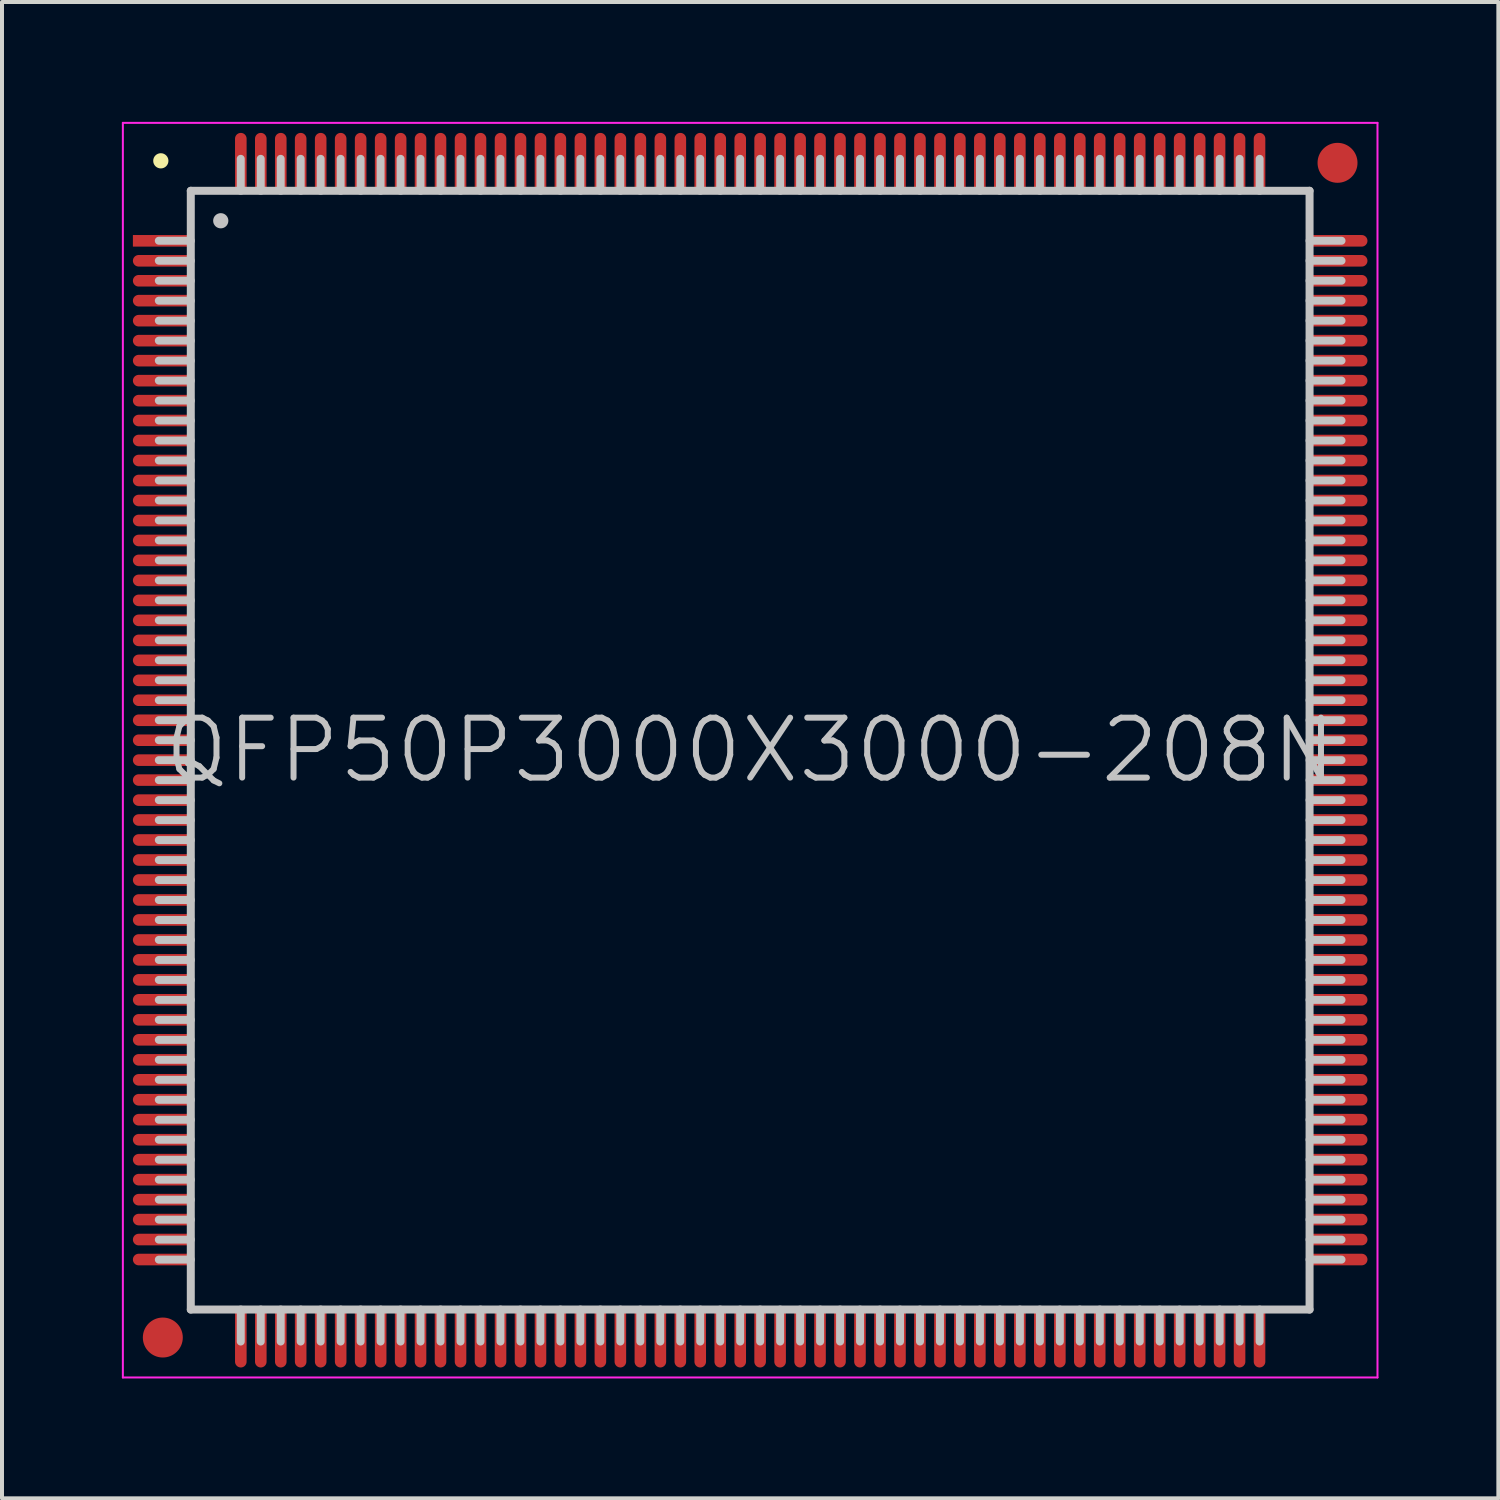
<source format=kicad_pcb>
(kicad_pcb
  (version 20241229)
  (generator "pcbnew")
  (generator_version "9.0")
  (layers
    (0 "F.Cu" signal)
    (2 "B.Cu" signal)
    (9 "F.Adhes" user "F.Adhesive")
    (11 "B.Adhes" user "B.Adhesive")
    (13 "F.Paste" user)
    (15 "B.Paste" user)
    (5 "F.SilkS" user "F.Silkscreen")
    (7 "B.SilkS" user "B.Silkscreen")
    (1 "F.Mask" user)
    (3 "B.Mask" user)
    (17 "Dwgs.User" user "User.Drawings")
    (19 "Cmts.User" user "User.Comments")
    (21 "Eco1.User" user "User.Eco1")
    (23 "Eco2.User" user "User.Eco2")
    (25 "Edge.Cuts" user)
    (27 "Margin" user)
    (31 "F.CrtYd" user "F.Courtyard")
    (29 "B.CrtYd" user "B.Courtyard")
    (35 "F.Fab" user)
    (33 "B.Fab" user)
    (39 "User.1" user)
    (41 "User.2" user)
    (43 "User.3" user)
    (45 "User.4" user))
  (footprint "QFP50P3000X3000-208N"
    (layer "F.Cu")
    (at 15.725 15.725)
    (property "Reference" "QFP50P3000X3000-208N" (at 0 0 0) (layer "Dwgs.User") (effects (font (size 1.5 1.5) (thickness 0.15))))
    (attr smd)
    (fp_line (start -14.75 -14.75) (end -14.75 -14.75) (stroke (width 0.381) (type solid)) (layer "F.SilkS"))
    (fp_line (start -14 -14) (end -14 14) (stroke (width 0.2) (type solid)) (layer "Dwgs.User"))
    (fp_line (start -14 -14) (end 14 -14) (stroke (width 0.2) (type solid)) (layer "Dwgs.User"))
    (fp_line (start -14 -12.75) (end -14.8 -12.75) (stroke (width 0.2) (type solid)) (layer "Dwgs.User"))
    (fp_line (start -14 -12.25) (end -14.8 -12.25) (stroke (width 0.2) (type solid)) (layer "Dwgs.User"))
    (fp_line (start -14 -11.75) (end -14.8 -11.75) (stroke (width 0.2) (type solid)) (layer "Dwgs.User"))
    (fp_line (start -14 -11.25) (end -14.8 -11.25) (stroke (width 0.2) (type solid)) (layer "Dwgs.User"))
    (fp_line (start -14 -10.75) (end -14.8 -10.75) (stroke (width 0.2) (type solid)) (layer "Dwgs.User"))
    (fp_line (start -14 -10.25) (end -14.8 -10.25) (stroke (width 0.2) (type solid)) (layer "Dwgs.User"))
    (fp_line (start -14 -9.75) (end -14.8 -9.75) (stroke (width 0.2) (type solid)) (layer "Dwgs.User"))
    (fp_line (start -14 -9.25) (end -14.8 -9.25) (stroke (width 0.2) (type solid)) (layer "Dwgs.User"))
    (fp_line (start -14 -8.75) (end -14.8 -8.75) (stroke (width 0.2) (type solid)) (layer "Dwgs.User"))
    (fp_line (start -14 -8.25) (end -14.8 -8.25) (stroke (width 0.2) (type solid)) (layer "Dwgs.User"))
    (fp_line (start -14 -7.75) (end -14.8 -7.75) (stroke (width 0.2) (type solid)) (layer "Dwgs.User"))
    (fp_line (start -14 -7.25) (end -14.8 -7.25) (stroke (width 0.2) (type solid)) (layer "Dwgs.User"))
    (fp_line (start -14 -6.75) (end -14.8 -6.75) (stroke (width 0.2) (type solid)) (layer "Dwgs.User"))
    (fp_line (start -14 -6.25) (end -14.8 -6.25) (stroke (width 0.2) (type solid)) (layer "Dwgs.User"))
    (fp_line (start -14 -5.75) (end -14.8 -5.75) (stroke (width 0.2) (type solid)) (layer "Dwgs.User"))
    (fp_line (start -14 -5.25) (end -14.8 -5.25) (stroke (width 0.2) (type solid)) (layer "Dwgs.User"))
    (fp_line (start -14 -4.75) (end -14.8 -4.75) (stroke (width 0.2) (type solid)) (layer "Dwgs.User"))
    (fp_line (start -14 -4.25) (end -14.8 -4.25) (stroke (width 0.2) (type solid)) (layer "Dwgs.User"))
    (fp_line (start -14 -3.75) (end -14.8 -3.75) (stroke (width 0.2) (type solid)) (layer "Dwgs.User"))
    (fp_line (start -14 -3.25) (end -14.8 -3.25) (stroke (width 0.2) (type solid)) (layer "Dwgs.User"))
    (fp_line (start -14 -2.75) (end -14.8 -2.75) (stroke (width 0.2) (type solid)) (layer "Dwgs.User"))
    (fp_line (start -14 -2.25) (end -14.8 -2.25) (stroke (width 0.2) (type solid)) (layer "Dwgs.User"))
    (fp_line (start -14 -1.75) (end -14.8 -1.75) (stroke (width 0.2) (type solid)) (layer "Dwgs.User"))
    (fp_line (start -14 -1.25) (end -14.8 -1.25) (stroke (width 0.2) (type solid)) (layer "Dwgs.User"))
    (fp_line (start -14 -0.75) (end -14.8 -0.75) (stroke (width 0.2) (type solid)) (layer "Dwgs.User"))
    (fp_line (start -14 -0.25) (end -14.8 -0.25) (stroke (width 0.2) (type solid)) (layer "Dwgs.User"))
    (fp_line (start -14 0.25) (end -14.8 0.25) (stroke (width 0.2) (type solid)) (layer "Dwgs.User"))
    (fp_line (start -14 0.75) (end -14.8 0.75) (stroke (width 0.2) (type solid)) (layer "Dwgs.User"))
    (fp_line (start -14 1.25) (end -14.8 1.25) (stroke (width 0.2) (type solid)) (layer "Dwgs.User"))
    (fp_line (start -14 1.75) (end -14.8 1.75) (stroke (width 0.2) (type solid)) (layer "Dwgs.User"))
    (fp_line (start -14 2.25) (end -14.8 2.25) (stroke (width 0.2) (type solid)) (layer "Dwgs.User"))
    (fp_line (start -14 2.75) (end -14.8 2.75) (stroke (width 0.2) (type solid)) (layer "Dwgs.User"))
    (fp_line (start -14 3.25) (end -14.8 3.25) (stroke (width 0.2) (type solid)) (layer "Dwgs.User"))
    (fp_line (start -14 3.75) (end -14.8 3.75) (stroke (width 0.2) (type solid)) (layer "Dwgs.User"))
    (fp_line (start -14 4.25) (end -14.8 4.25) (stroke (width 0.2) (type solid)) (layer "Dwgs.User"))
    (fp_line (start -14 4.75) (end -14.8 4.75) (stroke (width 0.2) (type solid)) (layer "Dwgs.User"))
    (fp_line (start -14 5.25) (end -14.8 5.25) (stroke (width 0.2) (type solid)) (layer "Dwgs.User"))
    (fp_line (start -14 5.75) (end -14.8 5.75) (stroke (width 0.2) (type solid)) (layer "Dwgs.User"))
    (fp_line (start -14 6.25) (end -14.8 6.25) (stroke (width 0.2) (type solid)) (layer "Dwgs.User"))
    (fp_line (start -14 6.75) (end -14.8 6.75) (stroke (width 0.2) (type solid)) (layer "Dwgs.User"))
    (fp_line (start -14 7.25) (end -14.8 7.25) (stroke (width 0.2) (type solid)) (layer "Dwgs.User"))
    (fp_line (start -14 7.75) (end -14.8 7.75) (stroke (width 0.2) (type solid)) (layer "Dwgs.User"))
    (fp_line (start -14 8.25) (end -14.8 8.25) (stroke (width 0.2) (type solid)) (layer "Dwgs.User"))
    (fp_line (start -14 8.75) (end -14.8 8.75) (stroke (width 0.2) (type solid)) (layer "Dwgs.User"))
    (fp_line (start -14 9.25) (end -14.8 9.25) (stroke (width 0.2) (type solid)) (layer "Dwgs.User"))
    (fp_line (start -14 9.75) (end -14.8 9.75) (stroke (width 0.2) (type solid)) (layer "Dwgs.User"))
    (fp_line (start -14 10.25) (end -14.8 10.25) (stroke (width 0.2) (type solid)) (layer "Dwgs.User"))
    (fp_line (start -14 10.75) (end -14.8 10.75) (stroke (width 0.2) (type solid)) (layer "Dwgs.User"))
    (fp_line (start -14 11.25) (end -14.8 11.25) (stroke (width 0.2) (type solid)) (layer "Dwgs.User"))
    (fp_line (start -14 11.75) (end -14.8 11.75) (stroke (width 0.2) (type solid)) (layer "Dwgs.User"))
    (fp_line (start -14 12.25) (end -14.8 12.25) (stroke (width 0.2) (type solid)) (layer "Dwgs.User"))
    (fp_line (start -14 12.75) (end -14.8 12.75) (stroke (width 0.2) (type solid)) (layer "Dwgs.User"))
    (fp_line (start -14 14) (end 14 14) (stroke (width 0.2) (type solid)) (layer "Dwgs.User"))
    (fp_line (start -13.25 -13.25) (end -13.25 -13.25) (stroke (width 0.381) (type solid)) (layer "Dwgs.User"))
    (fp_line (start -12.75 -14) (end -12.75 -14.8) (stroke (width 0.2) (type solid)) (layer "Dwgs.User"))
    (fp_line (start -12.75 14.8) (end -12.75 14) (stroke (width 0.2) (type solid)) (layer "Dwgs.User"))
    (fp_line (start -12.25 -14) (end -12.25 -14.8) (stroke (width 0.2) (type solid)) (layer "Dwgs.User"))
    (fp_line (start -12.25 14.8) (end -12.25 14) (stroke (width 0.2) (type solid)) (layer "Dwgs.User"))
    (fp_line (start -11.75 -14) (end -11.75 -14.8) (stroke (width 0.2) (type solid)) (layer "Dwgs.User"))
    (fp_line (start -11.75 14.8) (end -11.75 14) (stroke (width 0.2) (type solid)) (layer "Dwgs.User"))
    (fp_line (start -11.25 -14) (end -11.25 -14.8) (stroke (width 0.2) (type solid)) (layer "Dwgs.User"))
    (fp_line (start -11.25 14.8) (end -11.25 14) (stroke (width 0.2) (type solid)) (layer "Dwgs.User"))
    (fp_line (start -10.75 -14) (end -10.75 -14.8) (stroke (width 0.2) (type solid)) (layer "Dwgs.User"))
    (fp_line (start -10.75 14.8) (end -10.75 14) (stroke (width 0.2) (type solid)) (layer "Dwgs.User"))
    (fp_line (start -10.25 -14) (end -10.25 -14.8) (stroke (width 0.2) (type solid)) (layer "Dwgs.User"))
    (fp_line (start -10.25 14.8) (end -10.25 14) (stroke (width 0.2) (type solid)) (layer "Dwgs.User"))
    (fp_line (start -9.75 -14) (end -9.75 -14.8) (stroke (width 0.2) (type solid)) (layer "Dwgs.User"))
    (fp_line (start -9.75 14.8) (end -9.75 14) (stroke (width 0.2) (type solid)) (layer "Dwgs.User"))
    (fp_line (start -9.25 -14) (end -9.25 -14.8) (stroke (width 0.2) (type solid)) (layer "Dwgs.User"))
    (fp_line (start -9.25 14.8) (end -9.25 14) (stroke (width 0.2) (type solid)) (layer "Dwgs.User"))
    (fp_line (start -8.75 -14) (end -8.75 -14.8) (stroke (width 0.2) (type solid)) (layer "Dwgs.User"))
    (fp_line (start -8.75 14.8) (end -8.75 14) (stroke (width 0.2) (type solid)) (layer "Dwgs.User"))
    (fp_line (start -8.25 -14) (end -8.25 -14.8) (stroke (width 0.2) (type solid)) (layer "Dwgs.User"))
    (fp_line (start -8.25 14.8) (end -8.25 14) (stroke (width 0.2) (type solid)) (layer "Dwgs.User"))
    (fp_line (start -7.75 -14) (end -7.75 -14.8) (stroke (width 0.2) (type solid)) (layer "Dwgs.User"))
    (fp_line (start -7.75 14.8) (end -7.75 14) (stroke (width 0.2) (type solid)) (layer "Dwgs.User"))
    (fp_line (start -7.25 -14) (end -7.25 -14.8) (stroke (width 0.2) (type solid)) (layer "Dwgs.User"))
    (fp_line (start -7.25 14.8) (end -7.25 14) (stroke (width 0.2) (type solid)) (layer "Dwgs.User"))
    (fp_line (start -6.75 -14) (end -6.75 -14.8) (stroke (width 0.2) (type solid)) (layer "Dwgs.User"))
    (fp_line (start -6.75 14.8) (end -6.75 14) (stroke (width 0.2) (type solid)) (layer "Dwgs.User"))
    (fp_line (start -6.25 -14) (end -6.25 -14.8) (stroke (width 0.2) (type solid)) (layer "Dwgs.User"))
    (fp_line (start -6.25 14.8) (end -6.25 14) (stroke (width 0.2) (type solid)) (layer "Dwgs.User"))
    (fp_line (start -5.75 -14) (end -5.75 -14.8) (stroke (width 0.2) (type solid)) (layer "Dwgs.User"))
    (fp_line (start -5.75 14.8) (end -5.75 14) (stroke (width 0.2) (type solid)) (layer "Dwgs.User"))
    (fp_line (start -5.25 -14) (end -5.25 -14.8) (stroke (width 0.2) (type solid)) (layer "Dwgs.User"))
    (fp_line (start -5.25 14.8) (end -5.25 14) (stroke (width 0.2) (type solid)) (layer "Dwgs.User"))
    (fp_line (start -4.75 -14) (end -4.75 -14.8) (stroke (width 0.2) (type solid)) (layer "Dwgs.User"))
    (fp_line (start -4.75 14.8) (end -4.75 14) (stroke (width 0.2) (type solid)) (layer "Dwgs.User"))
    (fp_line (start -4.25 -14) (end -4.25 -14.8) (stroke (width 0.2) (type solid)) (layer "Dwgs.User"))
    (fp_line (start -4.25 14.8) (end -4.25 14) (stroke (width 0.2) (type solid)) (layer "Dwgs.User"))
    (fp_line (start -3.75 -14) (end -3.75 -14.8) (stroke (width 0.2) (type solid)) (layer "Dwgs.User"))
    (fp_line (start -3.75 14.8) (end -3.75 14) (stroke (width 0.2) (type solid)) (layer "Dwgs.User"))
    (fp_line (start -3.25 -14) (end -3.25 -14.8) (stroke (width 0.2) (type solid)) (layer "Dwgs.User"))
    (fp_line (start -3.25 14.8) (end -3.25 14) (stroke (width 0.2) (type solid)) (layer "Dwgs.User"))
    (fp_line (start -2.75 -14) (end -2.75 -14.8) (stroke (width 0.2) (type solid)) (layer "Dwgs.User"))
    (fp_line (start -2.75 14.8) (end -2.75 14) (stroke (width 0.2) (type solid)) (layer "Dwgs.User"))
    (fp_line (start -2.25 -14) (end -2.25 -14.8) (stroke (width 0.2) (type solid)) (layer "Dwgs.User"))
    (fp_line (start -2.25 14.8) (end -2.25 14) (stroke (width 0.2) (type solid)) (layer "Dwgs.User"))
    (fp_line (start -1.75 -14) (end -1.75 -14.8) (stroke (width 0.2) (type solid)) (layer "Dwgs.User"))
    (fp_line (start -1.75 14.8) (end -1.75 14) (stroke (width 0.2) (type solid)) (layer "Dwgs.User"))
    (fp_line (start -1.25 -14) (end -1.25 -14.8) (stroke (width 0.2) (type solid)) (layer "Dwgs.User"))
    (fp_line (start -1.25 14.8) (end -1.25 14) (stroke (width 0.2) (type solid)) (layer "Dwgs.User"))
    (fp_line (start -0.75 -14) (end -0.75 -14.8) (stroke (width 0.2) (type solid)) (layer "Dwgs.User"))
    (fp_line (start -0.75 14.8) (end -0.75 14) (stroke (width 0.2) (type solid)) (layer "Dwgs.User"))
    (fp_line (start -0.25 -14) (end -0.25 -14.8) (stroke (width 0.2) (type solid)) (layer "Dwgs.User"))
    (fp_line (start -0.25 14.8) (end -0.25 14) (stroke (width 0.2) (type solid)) (layer "Dwgs.User"))
    (fp_line (start 0.25 -14) (end 0.25 -14.8) (stroke (width 0.2) (type solid)) (layer "Dwgs.User"))
    (fp_line (start 0.25 14.8) (end 0.25 14) (stroke (width 0.2) (type solid)) (layer "Dwgs.User"))
    (fp_line (start 0.75 -14) (end 0.75 -14.8) (stroke (width 0.2) (type solid)) (layer "Dwgs.User"))
    (fp_line (start 0.75 14.8) (end 0.75 14) (stroke (width 0.2) (type solid)) (layer "Dwgs.User"))
    (fp_line (start 1.25 -14) (end 1.25 -14.8) (stroke (width 0.2) (type solid)) (layer "Dwgs.User"))
    (fp_line (start 1.25 14.8) (end 1.25 14) (stroke (width 0.2) (type solid)) (layer "Dwgs.User"))
    (fp_line (start 1.75 -14) (end 1.75 -14.8) (stroke (width 0.2) (type solid)) (layer "Dwgs.User"))
    (fp_line (start 1.75 14.8) (end 1.75 14) (stroke (width 0.2) (type solid)) (layer "Dwgs.User"))
    (fp_line (start 2.25 -14) (end 2.25 -14.8) (stroke (width 0.2) (type solid)) (layer "Dwgs.User"))
    (fp_line (start 2.25 14.8) (end 2.25 14) (stroke (width 0.2) (type solid)) (layer "Dwgs.User"))
    (fp_line (start 2.75 -14) (end 2.75 -14.8) (stroke (width 0.2) (type solid)) (layer "Dwgs.User"))
    (fp_line (start 2.75 14.8) (end 2.75 14) (stroke (width 0.2) (type solid)) (layer "Dwgs.User"))
    (fp_line (start 3.25 -14) (end 3.25 -14.8) (stroke (width 0.2) (type solid)) (layer "Dwgs.User"))
    (fp_line (start 3.25 14.8) (end 3.25 14) (stroke (width 0.2) (type solid)) (layer "Dwgs.User"))
    (fp_line (start 3.75 -14) (end 3.75 -14.8) (stroke (width 0.2) (type solid)) (layer "Dwgs.User"))
    (fp_line (start 3.75 14.8) (end 3.75 14) (stroke (width 0.2) (type solid)) (layer "Dwgs.User"))
    (fp_line (start 4.25 -14) (end 4.25 -14.8) (stroke (width 0.2) (type solid)) (layer "Dwgs.User"))
    (fp_line (start 4.25 14.8) (end 4.25 14) (stroke (width 0.2) (type solid)) (layer "Dwgs.User"))
    (fp_line (start 4.75 -14) (end 4.75 -14.8) (stroke (width 0.2) (type solid)) (layer "Dwgs.User"))
    (fp_line (start 4.75 14.8) (end 4.75 14) (stroke (width 0.2) (type solid)) (layer "Dwgs.User"))
    (fp_line (start 5.25 -14) (end 5.25 -14.8) (stroke (width 0.2) (type solid)) (layer "Dwgs.User"))
    (fp_line (start 5.25 14.8) (end 5.25 14) (stroke (width 0.2) (type solid)) (layer "Dwgs.User"))
    (fp_line (start 5.75 -14) (end 5.75 -14.8) (stroke (width 0.2) (type solid)) (layer "Dwgs.User"))
    (fp_line (start 5.75 14.8) (end 5.75 14) (stroke (width 0.2) (type solid)) (layer "Dwgs.User"))
    (fp_line (start 6.25 -14) (end 6.25 -14.8) (stroke (width 0.2) (type solid)) (layer "Dwgs.User"))
    (fp_line (start 6.25 14.8) (end 6.25 14) (stroke (width 0.2) (type solid)) (layer "Dwgs.User"))
    (fp_line (start 6.75 -14) (end 6.75 -14.8) (stroke (width 0.2) (type solid)) (layer "Dwgs.User"))
    (fp_line (start 6.75 14.8) (end 6.75 14) (stroke (width 0.2) (type solid)) (layer "Dwgs.User"))
    (fp_line (start 7.25 -14) (end 7.25 -14.8) (stroke (width 0.2) (type solid)) (layer "Dwgs.User"))
    (fp_line (start 7.25 14.8) (end 7.25 14) (stroke (width 0.2) (type solid)) (layer "Dwgs.User"))
    (fp_line (start 7.75 -14) (end 7.75 -14.8) (stroke (width 0.2) (type solid)) (layer "Dwgs.User"))
    (fp_line (start 7.75 14.8) (end 7.75 14) (stroke (width 0.2) (type solid)) (layer "Dwgs.User"))
    (fp_line (start 8.25 -14) (end 8.25 -14.8) (stroke (width 0.2) (type solid)) (layer "Dwgs.User"))
    (fp_line (start 8.25 14.8) (end 8.25 14) (stroke (width 0.2) (type solid)) (layer "Dwgs.User"))
    (fp_line (start 8.75 -14) (end 8.75 -14.8) (stroke (width 0.2) (type solid)) (layer "Dwgs.User"))
    (fp_line (start 8.75 14.8) (end 8.75 14) (stroke (width 0.2) (type solid)) (layer "Dwgs.User"))
    (fp_line (start 9.25 -14) (end 9.25 -14.8) (stroke (width 0.2) (type solid)) (layer "Dwgs.User"))
    (fp_line (start 9.25 14.8) (end 9.25 14) (stroke (width 0.2) (type solid)) (layer "Dwgs.User"))
    (fp_line (start 9.75 -14) (end 9.75 -14.8) (stroke (width 0.2) (type solid)) (layer "Dwgs.User"))
    (fp_line (start 9.75 14.8) (end 9.75 14) (stroke (width 0.2) (type solid)) (layer "Dwgs.User"))
    (fp_line (start 10.25 -14) (end 10.25 -14.8) (stroke (width 0.2) (type solid)) (layer "Dwgs.User"))
    (fp_line (start 10.25 14.8) (end 10.25 14) (stroke (width 0.2) (type solid)) (layer "Dwgs.User"))
    (fp_line (start 10.75 -14) (end 10.75 -14.8) (stroke (width 0.2) (type solid)) (layer "Dwgs.User"))
    (fp_line (start 10.75 14.8) (end 10.75 14) (stroke (width 0.2) (type solid)) (layer "Dwgs.User"))
    (fp_line (start 11.25 -14) (end 11.25 -14.8) (stroke (width 0.2) (type solid)) (layer "Dwgs.User"))
    (fp_line (start 11.25 14.8) (end 11.25 14) (stroke (width 0.2) (type solid)) (layer "Dwgs.User"))
    (fp_line (start 11.75 -14) (end 11.75 -14.8) (stroke (width 0.2) (type solid)) (layer "Dwgs.User"))
    (fp_line (start 11.75 14.8) (end 11.75 14) (stroke (width 0.2) (type solid)) (layer "Dwgs.User"))
    (fp_line (start 12.25 -14) (end 12.25 -14.8) (stroke (width 0.2) (type solid)) (layer "Dwgs.User"))
    (fp_line (start 12.25 14.8) (end 12.25 14) (stroke (width 0.2) (type solid)) (layer "Dwgs.User"))
    (fp_line (start 12.75 -14) (end 12.75 -14.8) (stroke (width 0.2) (type solid)) (layer "Dwgs.User"))
    (fp_line (start 12.75 14.8) (end 12.75 14) (stroke (width 0.2) (type solid)) (layer "Dwgs.User"))
    (fp_line (start 14 -14) (end 14 14) (stroke (width 0.2) (type solid)) (layer "Dwgs.User"))
    (fp_line (start 14.8 -12.75) (end 14 -12.75) (stroke (width 0.2) (type solid)) (layer "Dwgs.User"))
    (fp_line (start 14.8 -12.25) (end 14 -12.25) (stroke (width 0.2) (type solid)) (layer "Dwgs.User"))
    (fp_line (start 14.8 -11.75) (end 14 -11.75) (stroke (width 0.2) (type solid)) (layer "Dwgs.User"))
    (fp_line (start 14.8 -11.25) (end 14 -11.25) (stroke (width 0.2) (type solid)) (layer "Dwgs.User"))
    (fp_line (start 14.8 -10.75) (end 14 -10.75) (stroke (width 0.2) (type solid)) (layer "Dwgs.User"))
    (fp_line (start 14.8 -10.25) (end 14 -10.25) (stroke (width 0.2) (type solid)) (layer "Dwgs.User"))
    (fp_line (start 14.8 -9.75) (end 14 -9.75) (stroke (width 0.2) (type solid)) (layer "Dwgs.User"))
    (fp_line (start 14.8 -9.25) (end 14 -9.25) (stroke (width 0.2) (type solid)) (layer "Dwgs.User"))
    (fp_line (start 14.8 -8.75) (end 14 -8.75) (stroke (width 0.2) (type solid)) (layer "Dwgs.User"))
    (fp_line (start 14.8 -8.25) (end 14 -8.25) (stroke (width 0.2) (type solid)) (layer "Dwgs.User"))
    (fp_line (start 14.8 -7.75) (end 14 -7.75) (stroke (width 0.2) (type solid)) (layer "Dwgs.User"))
    (fp_line (start 14.8 -7.25) (end 14 -7.25) (stroke (width 0.2) (type solid)) (layer "Dwgs.User"))
    (fp_line (start 14.8 -6.75) (end 14 -6.75) (stroke (width 0.2) (type solid)) (layer "Dwgs.User"))
    (fp_line (start 14.8 -6.25) (end 14 -6.25) (stroke (width 0.2) (type solid)) (layer "Dwgs.User"))
    (fp_line (start 14.8 -5.75) (end 14 -5.75) (stroke (width 0.2) (type solid)) (layer "Dwgs.User"))
    (fp_line (start 14.8 -5.25) (end 14 -5.25) (stroke (width 0.2) (type solid)) (layer "Dwgs.User"))
    (fp_line (start 14.8 -4.75) (end 14 -4.75) (stroke (width 0.2) (type solid)) (layer "Dwgs.User"))
    (fp_line (start 14.8 -4.25) (end 14 -4.25) (stroke (width 0.2) (type solid)) (layer "Dwgs.User"))
    (fp_line (start 14.8 -3.75) (end 14 -3.75) (stroke (width 0.2) (type solid)) (layer "Dwgs.User"))
    (fp_line (start 14.8 -3.25) (end 14 -3.25) (stroke (width 0.2) (type solid)) (layer "Dwgs.User"))
    (fp_line (start 14.8 -2.75) (end 14 -2.75) (stroke (width 0.2) (type solid)) (layer "Dwgs.User"))
    (fp_line (start 14.8 -2.25) (end 14 -2.25) (stroke (width 0.2) (type solid)) (layer "Dwgs.User"))
    (fp_line (start 14.8 -1.75) (end 14 -1.75) (stroke (width 0.2) (type solid)) (layer "Dwgs.User"))
    (fp_line (start 14.8 -1.25) (end 14 -1.25) (stroke (width 0.2) (type solid)) (layer "Dwgs.User"))
    (fp_line (start 14.8 -0.75) (end 14 -0.75) (stroke (width 0.2) (type solid)) (layer "Dwgs.User"))
    (fp_line (start 14.8 -0.25) (end 14 -0.25) (stroke (width 0.2) (type solid)) (layer "Dwgs.User"))
    (fp_line (start 14.8 0.25) (end 14 0.25) (stroke (width 0.2) (type solid)) (layer "Dwgs.User"))
    (fp_line (start 14.8 0.75) (end 14 0.75) (stroke (width 0.2) (type solid)) (layer "Dwgs.User"))
    (fp_line (start 14.8 1.25) (end 14 1.25) (stroke (width 0.2) (type solid)) (layer "Dwgs.User"))
    (fp_line (start 14.8 1.75) (end 14 1.75) (stroke (width 0.2) (type solid)) (layer "Dwgs.User"))
    (fp_line (start 14.8 2.25) (end 14 2.25) (stroke (width 0.2) (type solid)) (layer "Dwgs.User"))
    (fp_line (start 14.8 2.75) (end 14 2.75) (stroke (width 0.2) (type solid)) (layer "Dwgs.User"))
    (fp_line (start 14.8 3.25) (end 14 3.25) (stroke (width 0.2) (type solid)) (layer "Dwgs.User"))
    (fp_line (start 14.8 3.75) (end 14 3.75) (stroke (width 0.2) (type solid)) (layer "Dwgs.User"))
    (fp_line (start 14.8 4.25) (end 14 4.25) (stroke (width 0.2) (type solid)) (layer "Dwgs.User"))
    (fp_line (start 14.8 4.75) (end 14 4.75) (stroke (width 0.2) (type solid)) (layer "Dwgs.User"))
    (fp_line (start 14.8 5.25) (end 14 5.25) (stroke (width 0.2) (type solid)) (layer "Dwgs.User"))
    (fp_line (start 14.8 5.75) (end 14 5.75) (stroke (width 0.2) (type solid)) (layer "Dwgs.User"))
    (fp_line (start 14.8 6.25) (end 14 6.25) (stroke (width 0.2) (type solid)) (layer "Dwgs.User"))
    (fp_line (start 14.8 6.75) (end 14 6.75) (stroke (width 0.2) (type solid)) (layer "Dwgs.User"))
    (fp_line (start 14.8 7.25) (end 14 7.25) (stroke (width 0.2) (type solid)) (layer "Dwgs.User"))
    (fp_line (start 14.8 7.75) (end 14 7.75) (stroke (width 0.2) (type solid)) (layer "Dwgs.User"))
    (fp_line (start 14.8 8.25) (end 14 8.25) (stroke (width 0.2) (type solid)) (layer "Dwgs.User"))
    (fp_line (start 14.8 8.75) (end 14 8.75) (stroke (width 0.2) (type solid)) (layer "Dwgs.User"))
    (fp_line (start 14.8 9.25) (end 14 9.25) (stroke (width 0.2) (type solid)) (layer "Dwgs.User"))
    (fp_line (start 14.8 9.75) (end 14 9.75) (stroke (width 0.2) (type solid)) (layer "Dwgs.User"))
    (fp_line (start 14.8 10.25) (end 14 10.25) (stroke (width 0.2) (type solid)) (layer "Dwgs.User"))
    (fp_line (start 14.8 10.75) (end 14 10.75) (stroke (width 0.2) (type solid)) (layer "Dwgs.User"))
    (fp_line (start 14.8 11.25) (end 14 11.25) (stroke (width 0.2) (type solid)) (layer "Dwgs.User"))
    (fp_line (start 14.8 11.75) (end 14 11.75) (stroke (width 0.2) (type solid)) (layer "Dwgs.User"))
    (fp_line (start 14.8 12.25) (end 14 12.25) (stroke (width 0.2) (type solid)) (layer "Dwgs.User"))
    (fp_line (start 14.8 12.75) (end 14 12.75) (stroke (width 0.2) (type solid)) (layer "Dwgs.User"))
    (fp_line (start -15.7 -15.7) (end -15.7 15.7) (stroke (width 0.05) (type solid)) (layer "F.CrtYd"))
    (fp_line (start -15.7 -15.7) (end 15.7 -15.7) (stroke (width 0.05) (type solid)) (layer "F.CrtYd"))
    (fp_line (start -15.7 15.7) (end 15.7 15.7) (stroke (width 0.05) (type solid)) (layer "F.CrtYd"))
    (fp_line (start 15.7 -15.7) (end 15.7 15.7) (stroke (width 0.05) (type solid)) (layer "F.CrtYd"))
    (pad "" smd circle (at -14.7 14.7) (size 1 1) (layers "F.Cu" "F.Mask"))
    (pad "" smd circle (at 14.7 -14.7) (size 1 1) (layers "F.Cu" "F.Mask"))
    (pad "1" smd rect (at -14.699 -12.748 90) (size 0.29 1.5) (layers "F.Cu" "F.Mask" "F.Paste"))
    (pad "2" smd oval (at -14.699 -12.248 90) (size 0.29 1.5) (layers "F.Cu" "F.Mask" "F.Paste"))
    (pad "3" smd oval (at -14.699 -11.748 90) (size 0.29 1.5) (layers "F.Cu" "F.Mask" "F.Paste"))
    (pad "4" smd oval (at -14.699 -11.25 90) (size 0.29 1.5) (layers "F.Cu" "F.Mask" "F.Paste"))
    (pad "5" smd oval (at -14.699 -10.749 90) (size 0.29 1.5) (layers "F.Cu" "F.Mask" "F.Paste"))
    (pad "6" smd oval (at -14.699 -10.249 90) (size 0.29 1.5) (layers "F.Cu" "F.Mask" "F.Paste"))
    (pad "7" smd oval (at -14.699 -9.749 90) (size 0.29 1.5) (layers "F.Cu" "F.Mask" "F.Paste"))
    (pad "8" smd oval (at -14.699 -9.248 90) (size 0.29 1.5) (layers "F.Cu" "F.Mask" "F.Paste"))
    (pad "9" smd oval (at -14.699 -8.748 90) (size 0.29 1.5) (layers "F.Cu" "F.Mask" "F.Paste"))
    (pad "10" smd oval (at -14.699 -8.25 90) (size 0.29 1.5) (layers "F.Cu" "F.Mask" "F.Paste"))
    (pad "11" smd oval (at -14.699 -7.75 90) (size 0.29 1.5) (layers "F.Cu" "F.Mask" "F.Paste"))
    (pad "12" smd oval (at -14.699 -7.249 90) (size 0.29 1.5) (layers "F.Cu" "F.Mask" "F.Paste"))
    (pad "13" smd oval (at -14.699 -6.749 90) (size 0.29 1.5) (layers "F.Cu" "F.Mask" "F.Paste"))
    (pad "14" smd oval (at -14.699 -6.248 90) (size 0.29 1.5) (layers "F.Cu" "F.Mask" "F.Paste"))
    (pad "15" smd oval (at -14.699 -5.748 90) (size 0.29 1.5) (layers "F.Cu" "F.Mask" "F.Paste"))
    (pad "16" smd oval (at -14.699 -5.248 90) (size 0.29 1.5) (layers "F.Cu" "F.Mask" "F.Paste"))
    (pad "17" smd oval (at -14.699 -4.75 90) (size 0.29 1.5) (layers "F.Cu" "F.Mask" "F.Paste"))
    (pad "18" smd oval (at -14.699 -4.249 90) (size 0.29 1.5) (layers "F.Cu" "F.Mask" "F.Paste"))
    (pad "19" smd oval (at -14.699 -3.749 90) (size 0.29 1.5) (layers "F.Cu" "F.Mask" "F.Paste"))
    (pad "20" smd oval (at -14.699 -3.249 90) (size 0.29 1.5) (layers "F.Cu" "F.Mask" "F.Paste"))
    (pad "21" smd oval (at -14.699 -2.748 90) (size 0.29 1.5) (layers "F.Cu" "F.Mask" "F.Paste"))
    (pad "22" smd oval (at -14.699 -2.248 90) (size 0.29 1.5) (layers "F.Cu" "F.Mask" "F.Paste"))
    (pad "23" smd oval (at -14.699 -1.748 90) (size 0.29 1.5) (layers "F.Cu" "F.Mask" "F.Paste"))
    (pad "24" smd oval (at -14.699 -1.25 90) (size 0.29 1.5) (layers "F.Cu" "F.Mask" "F.Paste"))
    (pad "25" smd oval (at -14.699 -0.749 90) (size 0.29 1.5) (layers "F.Cu" "F.Mask" "F.Paste"))
    (pad "26" smd oval (at -14.699 -0.249 90) (size 0.29 1.5) (layers "F.Cu" "F.Mask" "F.Paste"))
    (pad "27" smd oval (at -14.699 0.249 90) (size 0.29 1.5) (layers "F.Cu" "F.Mask" "F.Paste"))
    (pad "28" smd oval (at -14.699 0.749 90) (size 0.29 1.5) (layers "F.Cu" "F.Mask" "F.Paste"))
    (pad "29" smd oval (at -14.699 1.25 90) (size 0.29 1.5) (layers "F.Cu" "F.Mask" "F.Paste"))
    (pad "30" smd oval (at -14.699 1.748 90) (size 0.29 1.5) (layers "F.Cu" "F.Mask" "F.Paste"))
    (pad "31" smd oval (at -14.699 2.248 90) (size 0.29 1.5) (layers "F.Cu" "F.Mask" "F.Paste"))
    (pad "32" smd oval (at -14.699 2.748 90) (size 0.29 1.5) (layers "F.Cu" "F.Mask" "F.Paste"))
    (pad "33" smd oval (at -14.699 3.249 90) (size 0.29 1.5) (layers "F.Cu" "F.Mask" "F.Paste"))
    (pad "34" smd oval (at -14.699 3.749 90) (size 0.29 1.5) (layers "F.Cu" "F.Mask" "F.Paste"))
    (pad "35" smd oval (at -14.699 4.249 90) (size 0.29 1.5) (layers "F.Cu" "F.Mask" "F.Paste"))
    (pad "36" smd oval (at -14.699 4.75 90) (size 0.29 1.5) (layers "F.Cu" "F.Mask" "F.Paste"))
    (pad "37" smd oval (at -14.699 5.248 90) (size 0.29 1.5) (layers "F.Cu" "F.Mask" "F.Paste"))
    (pad "38" smd oval (at -14.699 5.748 90) (size 0.29 1.5) (layers "F.Cu" "F.Mask" "F.Paste"))
    (pad "39" smd oval (at -14.699 6.248 90) (size 0.29 1.5) (layers "F.Cu" "F.Mask" "F.Paste"))
    (pad "40" smd oval (at -14.699 6.749 90) (size 0.29 1.5) (layers "F.Cu" "F.Mask" "F.Paste"))
    (pad "41" smd oval (at -14.699 7.249 90) (size 0.29 1.5) (layers "F.Cu" "F.Mask" "F.Paste"))
    (pad "42" smd oval (at -14.699 7.75 90) (size 0.29 1.5) (layers "F.Cu" "F.Mask" "F.Paste"))
    (pad "43" smd oval (at -14.699 8.25 90) (size 0.29 1.5) (layers "F.Cu" "F.Mask" "F.Paste"))
    (pad "44" smd oval (at -14.699 8.748 90) (size 0.29 1.5) (layers "F.Cu" "F.Mask" "F.Paste"))
    (pad "45" smd oval (at -14.699 9.248 90) (size 0.29 1.5) (layers "F.Cu" "F.Mask" "F.Paste"))
    (pad "46" smd oval (at -14.699 9.749 90) (size 0.29 1.5) (layers "F.Cu" "F.Mask" "F.Paste"))
    (pad "47" smd oval (at -14.699 10.249 90) (size 0.29 1.5) (layers "F.Cu" "F.Mask" "F.Paste"))
    (pad "48" smd oval (at -14.699 10.749 90) (size 0.29 1.5) (layers "F.Cu" "F.Mask" "F.Paste"))
    (pad "49" smd oval (at -14.699 11.25 90) (size 0.29 1.5) (layers "F.Cu" "F.Mask" "F.Paste"))
    (pad "50" smd oval (at -14.699 11.748 90) (size 0.29 1.5) (layers "F.Cu" "F.Mask" "F.Paste"))
    (pad "51" smd oval (at -14.699 12.248 90) (size 0.29 1.5) (layers "F.Cu" "F.Mask" "F.Paste"))
    (pad "52" smd oval (at -14.699 12.748 90) (size 0.29 1.5) (layers "F.Cu" "F.Mask" "F.Paste"))
    (pad "53" smd oval (at -12.748 14.699 180) (size 0.29 1.5) (layers "F.Cu" "F.Mask" "F.Paste"))
    (pad "54" smd oval (at -12.248 14.699 180) (size 0.29 1.5) (layers "F.Cu" "F.Mask" "F.Paste"))
    (pad "55" smd oval (at -11.748 14.699 180) (size 0.29 1.5) (layers "F.Cu" "F.Mask" "F.Paste"))
    (pad "56" smd oval (at -11.25 14.699 180) (size 0.29 1.5) (layers "F.Cu" "F.Mask" "F.Paste"))
    (pad "57" smd oval (at -10.749 14.699 180) (size 0.29 1.5) (layers "F.Cu" "F.Mask" "F.Paste"))
    (pad "58" smd oval (at -10.249 14.699 180) (size 0.29 1.5) (layers "F.Cu" "F.Mask" "F.Paste"))
    (pad "59" smd oval (at -9.749 14.699 180) (size 0.29 1.5) (layers "F.Cu" "F.Mask" "F.Paste"))
    (pad "60" smd oval (at -9.248 14.699 180) (size 0.29 1.5) (layers "F.Cu" "F.Mask" "F.Paste"))
    (pad "61" smd oval (at -8.748 14.699 180) (size 0.29 1.5) (layers "F.Cu" "F.Mask" "F.Paste"))
    (pad "62" smd oval (at -8.25 14.699 180) (size 0.29 1.5) (layers "F.Cu" "F.Mask" "F.Paste"))
    (pad "63" smd oval (at -7.75 14.699 180) (size 0.29 1.5) (layers "F.Cu" "F.Mask" "F.Paste"))
    (pad "64" smd oval (at -7.249 14.699 180) (size 0.29 1.5) (layers "F.Cu" "F.Mask" "F.Paste"))
    (pad "65" smd oval (at -6.749 14.699 180) (size 0.29 1.5) (layers "F.Cu" "F.Mask" "F.Paste"))
    (pad "66" smd oval (at -6.248 14.699 180) (size 0.29 1.5) (layers "F.Cu" "F.Mask" "F.Paste"))
    (pad "67" smd oval (at -5.748 14.699 180) (size 0.29 1.5) (layers "F.Cu" "F.Mask" "F.Paste"))
    (pad "68" smd oval (at -5.248 14.699 180) (size 0.29 1.5) (layers "F.Cu" "F.Mask" "F.Paste"))
    (pad "69" smd oval (at -4.75 14.699 180) (size 0.29 1.5) (layers "F.Cu" "F.Mask" "F.Paste"))
    (pad "70" smd oval (at -4.249 14.699 180) (size 0.29 1.5) (layers "F.Cu" "F.Mask" "F.Paste"))
    (pad "71" smd oval (at -3.749 14.699 180) (size 0.29 1.5) (layers "F.Cu" "F.Mask" "F.Paste"))
    (pad "72" smd oval (at -3.249 14.699 180) (size 0.29 1.5) (layers "F.Cu" "F.Mask" "F.Paste"))
    (pad "73" smd oval (at -2.748 14.699 180) (size 0.29 1.5) (layers "F.Cu" "F.Mask" "F.Paste"))
    (pad "74" smd oval (at -2.248 14.699 180) (size 0.29 1.5) (layers "F.Cu" "F.Mask" "F.Paste"))
    (pad "75" smd oval (at -1.748 14.699 180) (size 0.29 1.5) (layers "F.Cu" "F.Mask" "F.Paste"))
    (pad "76" smd oval (at -1.25 14.699 180) (size 0.29 1.5) (layers "F.Cu" "F.Mask" "F.Paste"))
    (pad "77" smd oval (at -0.749 14.699 180) (size 0.29 1.5) (layers "F.Cu" "F.Mask" "F.Paste"))
    (pad "78" smd oval (at -0.249 14.699 180) (size 0.29 1.5) (layers "F.Cu" "F.Mask" "F.Paste"))
    (pad "79" smd oval (at 0.249 14.699 180) (size 0.29 1.5) (layers "F.Cu" "F.Mask" "F.Paste"))
    (pad "80" smd oval (at 0.749 14.699 180) (size 0.29 1.5) (layers "F.Cu" "F.Mask" "F.Paste"))
    (pad "81" smd oval (at 1.25 14.699 180) (size 0.29 1.5) (layers "F.Cu" "F.Mask" "F.Paste"))
    (pad "82" smd oval (at 1.748 14.699 180) (size 0.29 1.5) (layers "F.Cu" "F.Mask" "F.Paste"))
    (pad "83" smd oval (at 2.248 14.699 180) (size 0.29 1.5) (layers "F.Cu" "F.Mask" "F.Paste"))
    (pad "84" smd oval (at 2.748 14.699 180) (size 0.29 1.5) (layers "F.Cu" "F.Mask" "F.Paste"))
    (pad "85" smd oval (at 3.249 14.699 180) (size 0.29 1.5) (layers "F.Cu" "F.Mask" "F.Paste"))
    (pad "86" smd oval (at 3.749 14.699 180) (size 0.29 1.5) (layers "F.Cu" "F.Mask" "F.Paste"))
    (pad "87" smd oval (at 4.249 14.699 180) (size 0.29 1.5) (layers "F.Cu" "F.Mask" "F.Paste"))
    (pad "88" smd oval (at 4.75 14.699 180) (size 0.29 1.5) (layers "F.Cu" "F.Mask" "F.Paste"))
    (pad "89" smd oval (at 5.248 14.699 180) (size 0.29 1.5) (layers "F.Cu" "F.Mask" "F.Paste"))
    (pad "90" smd oval (at 5.748 14.699 180) (size 0.29 1.5) (layers "F.Cu" "F.Mask" "F.Paste"))
    (pad "91" smd oval (at 6.248 14.699 180) (size 0.29 1.5) (layers "F.Cu" "F.Mask" "F.Paste"))
    (pad "92" smd oval (at 6.749 14.699 180) (size 0.29 1.5) (layers "F.Cu" "F.Mask" "F.Paste"))
    (pad "93" smd oval (at 7.249 14.699 180) (size 0.29 1.5) (layers "F.Cu" "F.Mask" "F.Paste"))
    (pad "94" smd oval (at 7.75 14.699 180) (size 0.29 1.5) (layers "F.Cu" "F.Mask" "F.Paste"))
    (pad "95" smd oval (at 8.25 14.699 180) (size 0.29 1.5) (layers "F.Cu" "F.Mask" "F.Paste"))
    (pad "96" smd oval (at 8.748 14.699 180) (size 0.29 1.5) (layers "F.Cu" "F.Mask" "F.Paste"))
    (pad "97" smd oval (at 9.248 14.699 180) (size 0.29 1.5) (layers "F.Cu" "F.Mask" "F.Paste"))
    (pad "98" smd oval (at 9.749 14.699 180) (size 0.29 1.5) (layers "F.Cu" "F.Mask" "F.Paste"))
    (pad "99" smd oval (at 10.249 14.699 180) (size 0.29 1.5) (layers "F.Cu" "F.Mask" "F.Paste"))
    (pad "100" smd oval (at 10.749 14.699 180) (size 0.29 1.5) (layers "F.Cu" "F.Mask" "F.Paste"))
    (pad "101" smd oval (at 11.25 14.699 180) (size 0.29 1.5) (layers "F.Cu" "F.Mask" "F.Paste"))
    (pad "102" smd oval (at 11.748 14.699 180) (size 0.29 1.5) (layers "F.Cu" "F.Mask" "F.Paste"))
    (pad "103" smd oval (at 12.248 14.699 180) (size 0.29 1.5) (layers "F.Cu" "F.Mask" "F.Paste"))
    (pad "104" smd oval (at 12.748 14.699 180) (size 0.29 1.5) (layers "F.Cu" "F.Mask" "F.Paste"))
    (pad "105" smd oval (at 14.699 12.748 270) (size 0.29 1.5) (layers "F.Cu" "F.Mask" "F.Paste"))
    (pad "106" smd oval (at 14.699 12.248 270) (size 0.29 1.5) (layers "F.Cu" "F.Mask" "F.Paste"))
    (pad "107" smd oval (at 14.699 11.748 270) (size 0.29 1.5) (layers "F.Cu" "F.Mask" "F.Paste"))
    (pad "108" smd oval (at 14.699 11.25 270) (size 0.29 1.5) (layers "F.Cu" "F.Mask" "F.Paste"))
    (pad "109" smd oval (at 14.699 10.749 270) (size 0.29 1.5) (layers "F.Cu" "F.Mask" "F.Paste"))
    (pad "110" smd oval (at 14.699 10.249 270) (size 0.29 1.5) (layers "F.Cu" "F.Mask" "F.Paste"))
    (pad "111" smd oval (at 14.699 9.749 270) (size 0.29 1.5) (layers "F.Cu" "F.Mask" "F.Paste"))
    (pad "112" smd oval (at 14.699 9.248 270) (size 0.29 1.5) (layers "F.Cu" "F.Mask" "F.Paste"))
    (pad "113" smd oval (at 14.699 8.748 270) (size 0.29 1.5) (layers "F.Cu" "F.Mask" "F.Paste"))
    (pad "114" smd oval (at 14.699 8.25 270) (size 0.29 1.5) (layers "F.Cu" "F.Mask" "F.Paste"))
    (pad "115" smd oval (at 14.699 7.75 270) (size 0.29 1.5) (layers "F.Cu" "F.Mask" "F.Paste"))
    (pad "116" smd oval (at 14.699 7.249 270) (size 0.29 1.5) (layers "F.Cu" "F.Mask" "F.Paste"))
    (pad "117" smd oval (at 14.699 6.749 270) (size 0.29 1.5) (layers "F.Cu" "F.Mask" "F.Paste"))
    (pad "118" smd oval (at 14.699 6.248 270) (size 0.29 1.5) (layers "F.Cu" "F.Mask" "F.Paste"))
    (pad "119" smd oval (at 14.699 5.748 270) (size 0.29 1.5) (layers "F.Cu" "F.Mask" "F.Paste"))
    (pad "120" smd oval (at 14.699 5.248 270) (size 0.29 1.5) (layers "F.Cu" "F.Mask" "F.Paste"))
    (pad "121" smd oval (at 14.699 4.75 270) (size 0.29 1.5) (layers "F.Cu" "F.Mask" "F.Paste"))
    (pad "122" smd oval (at 14.699 4.249 270) (size 0.29 1.5) (layers "F.Cu" "F.Mask" "F.Paste"))
    (pad "123" smd oval (at 14.699 3.749 270) (size 0.29 1.5) (layers "F.Cu" "F.Mask" "F.Paste"))
    (pad "124" smd oval (at 14.699 3.249 270) (size 0.29 1.5) (layers "F.Cu" "F.Mask" "F.Paste"))
    (pad "125" smd oval (at 14.699 2.748 270) (size 0.29 1.5) (layers "F.Cu" "F.Mask" "F.Paste"))
    (pad "126" smd oval (at 14.699 2.248 270) (size 0.29 1.5) (layers "F.Cu" "F.Mask" "F.Paste"))
    (pad "127" smd oval (at 14.699 1.748 270) (size 0.29 1.5) (layers "F.Cu" "F.Mask" "F.Paste"))
    (pad "128" smd oval (at 14.699 1.25 270) (size 0.29 1.5) (layers "F.Cu" "F.Mask" "F.Paste"))
    (pad "129" smd oval (at 14.699 0.749 270) (size 0.29 1.5) (layers "F.Cu" "F.Mask" "F.Paste"))
    (pad "130" smd oval (at 14.699 0.249 270) (size 0.29 1.5) (layers "F.Cu" "F.Mask" "F.Paste"))
    (pad "131" smd oval (at 14.699 -0.249 270) (size 0.29 1.5) (layers "F.Cu" "F.Mask" "F.Paste"))
    (pad "132" smd oval (at 14.699 -0.749 270) (size 0.29 1.5) (layers "F.Cu" "F.Mask" "F.Paste"))
    (pad "133" smd oval (at 14.699 -1.25 270) (size 0.29 1.5) (layers "F.Cu" "F.Mask" "F.Paste"))
    (pad "134" smd oval (at 14.699 -1.748 270) (size 0.29 1.5) (layers "F.Cu" "F.Mask" "F.Paste"))
    (pad "135" smd oval (at 14.699 -2.248 270) (size 0.29 1.5) (layers "F.Cu" "F.Mask" "F.Paste"))
    (pad "136" smd oval (at 14.699 -2.748 270) (size 0.29 1.5) (layers "F.Cu" "F.Mask" "F.Paste"))
    (pad "137" smd oval (at 14.699 -3.249 270) (size 0.29 1.5) (layers "F.Cu" "F.Mask" "F.Paste"))
    (pad "138" smd oval (at 14.699 -3.749 270) (size 0.29 1.5) (layers "F.Cu" "F.Mask" "F.Paste"))
    (pad "139" smd oval (at 14.699 -4.249 270) (size 0.29 1.5) (layers "F.Cu" "F.Mask" "F.Paste"))
    (pad "140" smd oval (at 14.699 -4.75 270) (size 0.29 1.5) (layers "F.Cu" "F.Mask" "F.Paste"))
    (pad "141" smd oval (at 14.699 -5.248 270) (size 0.29 1.5) (layers "F.Cu" "F.Mask" "F.Paste"))
    (pad "142" smd oval (at 14.699 -5.748 270) (size 0.29 1.5) (layers "F.Cu" "F.Mask" "F.Paste"))
    (pad "143" smd oval (at 14.699 -6.248 270) (size 0.29 1.5) (layers "F.Cu" "F.Mask" "F.Paste"))
    (pad "144" smd oval (at 14.699 -6.749 270) (size 0.29 1.5) (layers "F.Cu" "F.Mask" "F.Paste"))
    (pad "145" smd oval (at 14.699 -7.249 270) (size 0.29 1.5) (layers "F.Cu" "F.Mask" "F.Paste"))
    (pad "146" smd oval (at 14.699 -7.75 270) (size 0.29 1.5) (layers "F.Cu" "F.Mask" "F.Paste"))
    (pad "147" smd oval (at 14.699 -8.25 270) (size 0.29 1.5) (layers "F.Cu" "F.Mask" "F.Paste"))
    (pad "148" smd oval (at 14.699 -8.748 270) (size 0.29 1.5) (layers "F.Cu" "F.Mask" "F.Paste"))
    (pad "149" smd oval (at 14.699 -9.248 270) (size 0.29 1.5) (layers "F.Cu" "F.Mask" "F.Paste"))
    (pad "150" smd oval (at 14.699 -9.749 270) (size 0.29 1.5) (layers "F.Cu" "F.Mask" "F.Paste"))
    (pad "151" smd oval (at 14.699 -10.249 270) (size 0.29 1.5) (layers "F.Cu" "F.Mask" "F.Paste"))
    (pad "152" smd oval (at 14.699 -10.749 270) (size 0.29 1.5) (layers "F.Cu" "F.Mask" "F.Paste"))
    (pad "153" smd oval (at 14.699 -11.25 270) (size 0.29 1.5) (layers "F.Cu" "F.Mask" "F.Paste"))
    (pad "154" smd oval (at 14.699 -11.748 270) (size 0.29 1.5) (layers "F.Cu" "F.Mask" "F.Paste"))
    (pad "155" smd oval (at 14.699 -12.248 270) (size 0.29 1.5) (layers "F.Cu" "F.Mask" "F.Paste"))
    (pad "156" smd oval (at 14.699 -12.748 270) (size 0.29 1.5) (layers "F.Cu" "F.Mask" "F.Paste"))
    (pad "157" smd oval (at 12.748 -14.699) (size 0.29 1.5) (layers "F.Cu" "F.Mask" "F.Paste"))
    (pad "158" smd oval (at 12.248 -14.699) (size 0.29 1.5) (layers "F.Cu" "F.Mask" "F.Paste"))
    (pad "159" smd oval (at 11.748 -14.699) (size 0.29 1.5) (layers "F.Cu" "F.Mask" "F.Paste"))
    (pad "160" smd oval (at 11.25 -14.699) (size 0.29 1.5) (layers "F.Cu" "F.Mask" "F.Paste"))
    (pad "161" smd oval (at 10.749 -14.699) (size 0.29 1.5) (layers "F.Cu" "F.Mask" "F.Paste"))
    (pad "162" smd oval (at 10.249 -14.699) (size 0.29 1.5) (layers "F.Cu" "F.Mask" "F.Paste"))
    (pad "163" smd oval (at 9.749 -14.699) (size 0.29 1.5) (layers "F.Cu" "F.Mask" "F.Paste"))
    (pad "164" smd oval (at 9.248 -14.699) (size 0.29 1.5) (layers "F.Cu" "F.Mask" "F.Paste"))
    (pad "165" smd oval (at 8.748 -14.699) (size 0.29 1.5) (layers "F.Cu" "F.Mask" "F.Paste"))
    (pad "166" smd oval (at 8.25 -14.699) (size 0.29 1.5) (layers "F.Cu" "F.Mask" "F.Paste"))
    (pad "167" smd oval (at 7.75 -14.699) (size 0.29 1.5) (layers "F.Cu" "F.Mask" "F.Paste"))
    (pad "168" smd oval (at 7.249 -14.699) (size 0.29 1.5) (layers "F.Cu" "F.Mask" "F.Paste"))
    (pad "169" smd oval (at 6.749 -14.699) (size 0.29 1.5) (layers "F.Cu" "F.Mask" "F.Paste"))
    (pad "170" smd oval (at 6.248 -14.699) (size 0.29 1.5) (layers "F.Cu" "F.Mask" "F.Paste"))
    (pad "171" smd oval (at 5.748 -14.699) (size 0.29 1.5) (layers "F.Cu" "F.Mask" "F.Paste"))
    (pad "172" smd oval (at 5.248 -14.699) (size 0.29 1.5) (layers "F.Cu" "F.Mask" "F.Paste"))
    (pad "173" smd oval (at 4.75 -14.699) (size 0.29 1.5) (layers "F.Cu" "F.Mask" "F.Paste"))
    (pad "174" smd oval (at 4.249 -14.699) (size 0.29 1.5) (layers "F.Cu" "F.Mask" "F.Paste"))
    (pad "175" smd oval (at 3.749 -14.699) (size 0.29 1.5) (layers "F.Cu" "F.Mask" "F.Paste"))
    (pad "176" smd oval (at 3.249 -14.699) (size 0.29 1.5) (layers "F.Cu" "F.Mask" "F.Paste"))
    (pad "177" smd oval (at 2.748 -14.699) (size 0.29 1.5) (layers "F.Cu" "F.Mask" "F.Paste"))
    (pad "178" smd oval (at 2.248 -14.699) (size 0.29 1.5) (layers "F.Cu" "F.Mask" "F.Paste"))
    (pad "179" smd oval (at 1.748 -14.699) (size 0.29 1.5) (layers "F.Cu" "F.Mask" "F.Paste"))
    (pad "180" smd oval (at 1.25 -14.699) (size 0.29 1.5) (layers "F.Cu" "F.Mask" "F.Paste"))
    (pad "181" smd oval (at 0.749 -14.699) (size 0.29 1.5) (layers "F.Cu" "F.Mask" "F.Paste"))
    (pad "182" smd oval (at 0.249 -14.699) (size 0.29 1.5) (layers "F.Cu" "F.Mask" "F.Paste"))
    (pad "183" smd oval (at -0.249 -14.699) (size 0.29 1.5) (layers "F.Cu" "F.Mask" "F.Paste"))
    (pad "184" smd oval (at -0.749 -14.699) (size 0.29 1.5) (layers "F.Cu" "F.Mask" "F.Paste"))
    (pad "185" smd oval (at -1.25 -14.699) (size 0.29 1.5) (layers "F.Cu" "F.Mask" "F.Paste"))
    (pad "186" smd oval (at -1.748 -14.699) (size 0.29 1.5) (layers "F.Cu" "F.Mask" "F.Paste"))
    (pad "187" smd oval (at -2.248 -14.699) (size 0.29 1.5) (layers "F.Cu" "F.Mask" "F.Paste"))
    (pad "188" smd oval (at -2.748 -14.699) (size 0.29 1.5) (layers "F.Cu" "F.Mask" "F.Paste"))
    (pad "189" smd oval (at -3.249 -14.699) (size 0.29 1.5) (layers "F.Cu" "F.Mask" "F.Paste"))
    (pad "190" smd oval (at -3.749 -14.699) (size 0.29 1.5) (layers "F.Cu" "F.Mask" "F.Paste"))
    (pad "191" smd oval (at -4.249 -14.699) (size 0.29 1.5) (layers "F.Cu" "F.Mask" "F.Paste"))
    (pad "192" smd oval (at -4.75 -14.699) (size 0.29 1.5) (layers "F.Cu" "F.Mask" "F.Paste"))
    (pad "193" smd oval (at -5.248 -14.699) (size 0.29 1.5) (layers "F.Cu" "F.Mask" "F.Paste"))
    (pad "194" smd oval (at -5.748 -14.699) (size 0.29 1.5) (layers "F.Cu" "F.Mask" "F.Paste"))
    (pad "195" smd oval (at -6.248 -14.699) (size 0.29 1.5) (layers "F.Cu" "F.Mask" "F.Paste"))
    (pad "196" smd oval (at -6.749 -14.699) (size 0.29 1.5) (layers "F.Cu" "F.Mask" "F.Paste"))
    (pad "197" smd oval (at -7.249 -14.699) (size 0.29 1.5) (layers "F.Cu" "F.Mask" "F.Paste"))
    (pad "198" smd oval (at -7.75 -14.699) (size 0.29 1.5) (layers "F.Cu" "F.Mask" "F.Paste"))
    (pad "199" smd oval (at -8.25 -14.699) (size 0.29 1.5) (layers "F.Cu" "F.Mask" "F.Paste"))
    (pad "200" smd oval (at -8.748 -14.699) (size 0.29 1.5) (layers "F.Cu" "F.Mask" "F.Paste"))
    (pad "201" smd oval (at -9.248 -14.699) (size 0.29 1.5) (layers "F.Cu" "F.Mask" "F.Paste"))
    (pad "202" smd oval (at -9.749 -14.699) (size 0.29 1.5) (layers "F.Cu" "F.Mask" "F.Paste"))
    (pad "203" smd oval (at -10.249 -14.699) (size 0.29 1.5) (layers "F.Cu" "F.Mask" "F.Paste"))
    (pad "204" smd oval (at -10.749 -14.699) (size 0.29 1.5) (layers "F.Cu" "F.Mask" "F.Paste"))
    (pad "205" smd oval (at -11.25 -14.699) (size 0.29 1.5) (layers "F.Cu" "F.Mask" "F.Paste"))
    (pad "206" smd oval (at -11.748 -14.699) (size 0.29 1.5) (layers "F.Cu" "F.Mask" "F.Paste"))
    (pad "207" smd oval (at -12.248 -14.699) (size 0.29 1.5) (layers "F.Cu" "F.Mask" "F.Paste"))
    (pad "208" smd oval (at -12.748 -14.699) (size 0.29 1.5) (layers "F.Cu" "F.Mask" "F.Paste")))
  (gr_rect
    (start -3 -3)
    (end 34.45 34.45)
    (stroke (width 0.1) (type default))
    (fill no)
    (layer "Edge.Cuts")))
</source>
